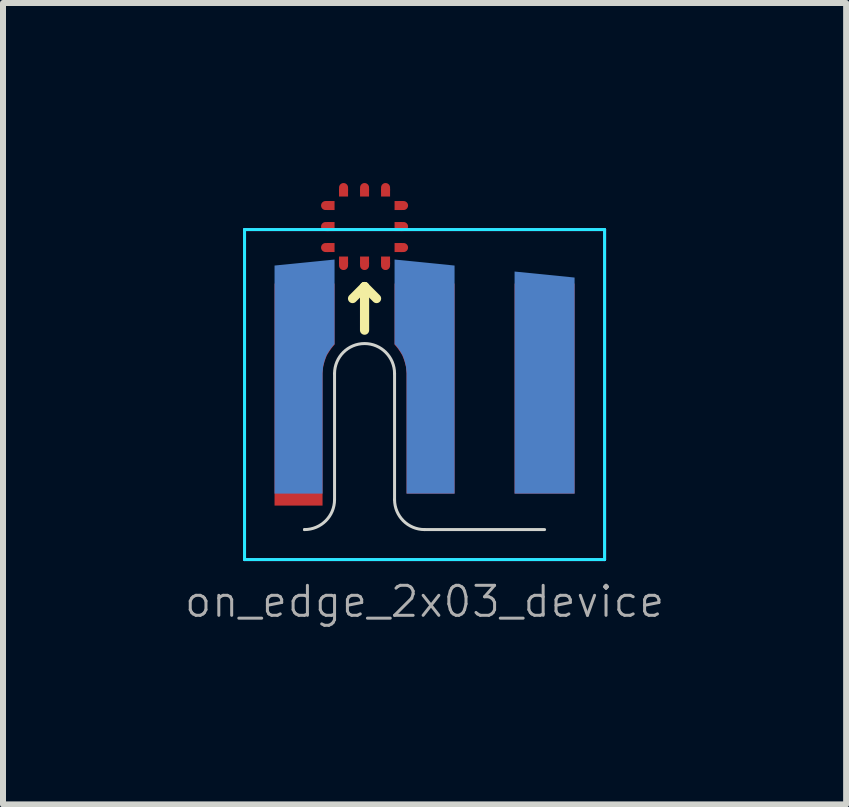
<source format=kicad_pcb>
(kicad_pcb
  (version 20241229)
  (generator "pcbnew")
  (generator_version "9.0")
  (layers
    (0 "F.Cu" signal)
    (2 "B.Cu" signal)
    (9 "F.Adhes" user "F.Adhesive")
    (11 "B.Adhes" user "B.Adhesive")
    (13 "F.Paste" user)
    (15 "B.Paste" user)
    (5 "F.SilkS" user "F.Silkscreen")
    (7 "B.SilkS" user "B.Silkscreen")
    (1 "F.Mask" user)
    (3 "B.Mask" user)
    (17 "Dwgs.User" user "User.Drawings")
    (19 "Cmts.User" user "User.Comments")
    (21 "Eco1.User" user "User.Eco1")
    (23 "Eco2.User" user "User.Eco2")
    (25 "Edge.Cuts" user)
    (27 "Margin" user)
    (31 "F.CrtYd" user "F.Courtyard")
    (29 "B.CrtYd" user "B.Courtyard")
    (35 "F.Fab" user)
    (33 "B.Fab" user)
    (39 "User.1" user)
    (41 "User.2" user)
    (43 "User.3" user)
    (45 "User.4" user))
  (footprint "on_edge_2x03_device"
    (layer "F.Cu")
    (at 4.025 5.775)
    (property "Reference" "on_edge_2x03_device" (at 0 1.2 0) (unlocked yes) (layer "F.Fab") (effects (font (size 0.5 0.5) (thickness 0.05))))
    (attr exclude_from_pos_files exclude_from_bom)
    (fp_line (start -1.6 -5.4) (end -1.65 -5.4) (stroke (width 0.15) (type solid)) (layer "F.Cu"))
    (fp_line (start -1.6 -5.05) (end -1.65 -5.05) (stroke (width 0.15) (type solid)) (layer "F.Cu"))
    (fp_line (start -1.6 -4.7) (end -1.65 -4.7) (stroke (width 0.15) (type solid)) (layer "F.Cu"))
    (fp_line (start -1.35 -5.65) (end -1.35 -5.7) (stroke (width 0.15) (type solid)) (layer "F.Cu"))
    (fp_line (start -1.35 -4.45) (end -1.35 -4.4) (stroke (width 0.15) (type solid)) (layer "F.Cu"))
    (fp_line (start -1 -5.65) (end -1 -5.7) (stroke (width 0.15) (type solid)) (layer "F.Cu"))
    (fp_line (start -1 -4.45) (end -1 -4.4) (stroke (width 0.15) (type solid)) (layer "F.Cu"))
    (fp_line (start -0.65 -5.65) (end -0.65 -5.7) (stroke (width 0.15) (type solid)) (layer "F.Cu"))
    (fp_line (start -0.65 -4.45) (end -0.65 -4.4) (stroke (width 0.15) (type solid)) (layer "F.Cu"))
    (fp_line (start -0.4 -5.4) (end -0.35 -5.4) (stroke (width 0.15) (type solid)) (layer "F.Cu"))
    (fp_line (start -0.4 -5.05) (end -0.35 -5.05) (stroke (width 0.15) (type solid)) (layer "F.Cu"))
    (fp_line (start -0.4 -4.7) (end -0.35 -4.7) (stroke (width 0.15) (type solid)) (layer "F.Cu"))
    (fp_poly (pts (xy -1.5 -5.475) (xy -1.5 -5.325) (xy -1.625 -5.325) (xy -1.625 -5.475)) (stroke (width 0) (type solid)) (fill yes) (layer "F.Cu"))
    (fp_poly (pts (xy -1.5 -5.125) (xy -1.5 -4.975) (xy -1.625 -4.975) (xy -1.625 -5.125)) (stroke (width 0) (type solid)) (fill yes) (layer "F.Cu"))
    (fp_poly (pts (xy -1.5 -4.775) (xy -1.5 -4.625) (xy -1.625 -4.625) (xy -1.625 -4.775)) (stroke (width 0) (type solid)) (fill yes) (layer "F.Cu"))
    (fp_poly (pts (xy -1.425 -4.55) (xy -1.275 -4.55) (xy -1.275 -4.425) (xy -1.425 -4.425)) (stroke (width 0) (type solid)) (fill yes) (layer "F.Cu"))
    (fp_poly (pts (xy -1.275 -5.55) (xy -1.425 -5.55) (xy -1.425 -5.675) (xy -1.275 -5.675)) (stroke (width 0) (type solid)) (fill yes) (layer "F.Cu"))
    (fp_poly (pts (xy -1.075 -4.55) (xy -0.925 -4.55) (xy -0.925 -4.425) (xy -1.075 -4.425)) (stroke (width 0) (type solid)) (fill yes) (layer "F.Cu"))
    (fp_poly (pts (xy -0.925 -5.55) (xy -1.075 -5.55) (xy -1.075 -5.675) (xy -0.925 -5.675)) (stroke (width 0) (type solid)) (fill yes) (layer "F.Cu"))
    (fp_poly (pts (xy -0.725 -4.55) (xy -0.575 -4.55) (xy -0.575 -4.425) (xy -0.725 -4.425)) (stroke (width 0) (type solid)) (fill yes) (layer "F.Cu"))
    (fp_poly (pts (xy -0.575 -5.55) (xy -0.725 -5.55) (xy -0.725 -5.675) (xy -0.575 -5.675)) (stroke (width 0) (type solid)) (fill yes) (layer "F.Cu"))
    (fp_poly (pts (xy -0.5 -5.325) (xy -0.5 -5.475) (xy -0.375 -5.475) (xy -0.375 -5.325)) (stroke (width 0) (type solid)) (fill yes) (layer "F.Cu"))
    (fp_poly (pts (xy -0.5 -4.975) (xy -0.5 -5.125) (xy -0.375 -5.125) (xy -0.375 -4.975)) (stroke (width 0) (type solid)) (fill yes) (layer "F.Cu"))
    (fp_poly (pts (xy -0.5 -4.625) (xy -0.5 -4.775) (xy -0.375 -4.775) (xy -0.375 -4.625)) (stroke (width 0) (type solid)) (fill yes) (layer "F.Cu"))
    (fp_line (start -1.5 -5.4) (end -1.65 -5.4) (stroke (width 0.15) (type solid)) (layer "F.Mask"))
    (fp_line (start -1.5 -5.05) (end -1.65 -5.05) (stroke (width 0.15) (type solid)) (layer "F.Mask"))
    (fp_line (start -1.5 -4.7) (end -1.65 -4.7) (stroke (width 0.15) (type solid)) (layer "F.Mask"))
    (fp_line (start -1.35 -5.55) (end -1.35 -5.7) (stroke (width 0.15) (type solid)) (layer "F.Mask"))
    (fp_line (start -1.35 -4.55) (end -1.35 -4.4) (stroke (width 0.15) (type solid)) (layer "F.Mask"))
    (fp_line (start -1 -5.55) (end -1 -5.7) (stroke (width 0.15) (type solid)) (layer "F.Mask"))
    (fp_line (start -1 -4.55) (end -1 -4.4) (stroke (width 0.15) (type solid)) (layer "F.Mask"))
    (fp_line (start -0.65 -5.55) (end -0.65 -5.7) (stroke (width 0.15) (type solid)) (layer "F.Mask"))
    (fp_line (start -0.65 -4.55) (end -0.65 -4.4) (stroke (width 0.15) (type solid)) (layer "F.Mask"))
    (fp_line (start -0.5 -5.4) (end -0.35 -5.4) (stroke (width 0.15) (type solid)) (layer "F.Mask"))
    (fp_line (start -0.5 -5.05) (end -0.35 -5.05) (stroke (width 0.15) (type solid)) (layer "F.Mask"))
    (fp_line (start -0.5 -4.7) (end -0.35 -4.7) (stroke (width 0.15) (type solid)) (layer "F.Mask"))
    (fp_poly (pts (xy -0.55 -4.6) (xy -1.45 -4.6) (xy -1.45 -5.5) (xy -0.55 -5.5)) (stroke (width 0.1) (type solid)) (fill yes) (layer "F.Mask"))
    (fp_line (start -1.2 -3.85) (end -1 -4.05) (stroke (width 0.153) (type solid)) (layer "F.SilkS"))
    (fp_line (start -1 -4.05) (end -1 -3.323) (stroke (width 0.153) (type solid)) (layer "F.SilkS"))
    (fp_line (start -1 -4.05) (end -0.8 -3.85) (stroke (width 0.153) (type solid)) (layer "F.SilkS"))
    (fp_line (start -2 0) (end -2 0) (stroke (width 0.05) (type solid)) (layer "Edge.Cuts"))
    (fp_line (start -1.5 -2.6) (end -1.5 -0.5) (stroke (width 0.05) (type solid)) (layer "Edge.Cuts"))
    (fp_line (start -0.5 -0.5) (end -0.5 -2.6) (stroke (width 0.05) (type solid)) (layer "Edge.Cuts"))
    (fp_line (start 0 0) (end 2 0) (stroke (width 0.05) (type solid)) (layer "Edge.Cuts"))
    (fp_arc (start -1.5 -2.6) (mid -1 -3.1) (end -0.5 -2.6) (stroke (width 0.05) (type solid)) (layer "Edge.Cuts"))
    (fp_arc (start -1.5 -0.5) (mid -1.646447 -0.146447) (end -2 0) (stroke (width 0.05) (type solid)) (layer "Edge.Cuts"))
    (fp_arc (start 0 0) (mid -0.353553 -0.146447) (end -0.5 -0.5) (stroke (width 0.05) (type solid)) (layer "Edge.Cuts"))
    (fp_line (start -3 -5) (end -3 0.5) (stroke (width 0.05) (type solid)) (layer "B.CrtYd"))
    (fp_line (start -3 0.5) (end 3 0.5) (stroke (width 0.05) (type solid)) (layer "B.CrtYd"))
    (fp_line (start 3 -5) (end -3 -5) (stroke (width 0.05) (type solid)) (layer "B.CrtYd"))
    (fp_line (start 3 0.5) (end 3 -5) (stroke (width 0.05) (type solid)) (layer "B.CrtYd"))
    (fp_line (start -3 -5) (end 3 -5) (stroke (width 0.05) (type solid)) (layer "F.CrtYd"))
    (fp_line (start -3 0.5) (end -3 -5) (stroke (width 0.05) (type solid)) (layer "F.CrtYd"))
    (fp_line (start 3 -5) (end 3 0.5) (stroke (width 0.05) (type solid)) (layer "F.CrtYd"))
    (fp_line (start 3 0.5) (end -3 0.5) (stroke (width 0.05) (type solid)) (layer "F.CrtYd"))
    (pad "1" smd custom (at -2 -3.6) (size 1 1) (layers "F.Cu" "F.Mask") (options (anchor rect)) (primitives (gr_poly (pts (xy 0.3 1) (xy 0.31 0.89) (xy 0.33 0.81) (xy 0.35 0.75) (xy 0.37 0.7) (xy 0.4 0.65) (xy 0.44 0.59) (xy 0.48 0.54) (xy 0.5 0.52) (xy 0.5 -0.5) (xy -0.5 -0.5) (xy -0.5 3.2) (xy 0.3 3.2)) (width 0) (fill yes))))
    (pad "2" smd custom (at 0 -3.6) (size 1 1) (layers "F.Cu" "F.Mask") (options (anchor rect)) (primitives (gr_poly (pts (xy -0.3 1) (xy -0.31 0.89) (xy -0.33 0.81) (xy -0.35 0.75) (xy -0.37 0.7) (xy -0.4 0.65) (xy -0.44 0.59) (xy -0.48 0.54) (xy -0.5 0.52) (xy -0.5 -0.5) (xy 0.5 -0.5) (xy 0.5 3) (xy -0.3 3)) (width 0) (fill yes))))
    (pad "3" smd custom (at -2 -2.1) (size 0.4 0.4) (layers "B.Cu" "B.Mask") (options (anchor rect)) (primitives (gr_poly (pts (xy 0.3 -0.51) (xy 0.31 -0.62) (xy 0.33 -0.7) (xy 0.35 -0.76) (xy 0.37 -0.81) (xy 0.4 -0.86) (xy 0.44 -0.92) (xy 0.48 -0.97) (xy 0.5 -0.99) (xy 0.5 -2.4) (xy -0.5 -2.3) (xy -0.5 1.5) (xy 0.3 1.5)) (width 0) (fill yes))))
    (pad "4" smd custom (at 0 -2.1) (size 0.4 0.4) (layers "B.Cu" "B.Mask") (options (anchor rect)) (primitives (gr_poly (pts (xy -0.3 -0.51) (xy -0.31 -0.62) (xy -0.33 -0.7) (xy -0.35 -0.76) (xy -0.37 -0.81) (xy -0.4 -0.86) (xy -0.44 -0.92) (xy -0.48 -0.97) (xy -0.5 -0.99) (xy -0.5 -2.4) (xy 0.5 -2.3) (xy 0.5 1.5) (xy -0.3 1.5)) (width 0) (fill yes))))
    (pad "5" smd rect (at 2 -2.35 180) (size 1 3.5) (layers "F.Cu" "F.Mask"))
    (pad "6" smd custom (at 2 -2.4) (size 1 3.6) (layers "B.Cu" "B.Mask") (options (anchor rect)) (primitives (gr_poly (pts (xy -0.5 -1.8) (xy -0.5 -1.9) (xy 0.5 -1.8)) (width 0) (fill yes)))))
  (gr_rect
    (start -3 -3)
    (end 11.05 10.355)
    (stroke (width 0.1) (type default))
    (fill no)
    (layer "Edge.Cuts")))
</source>
